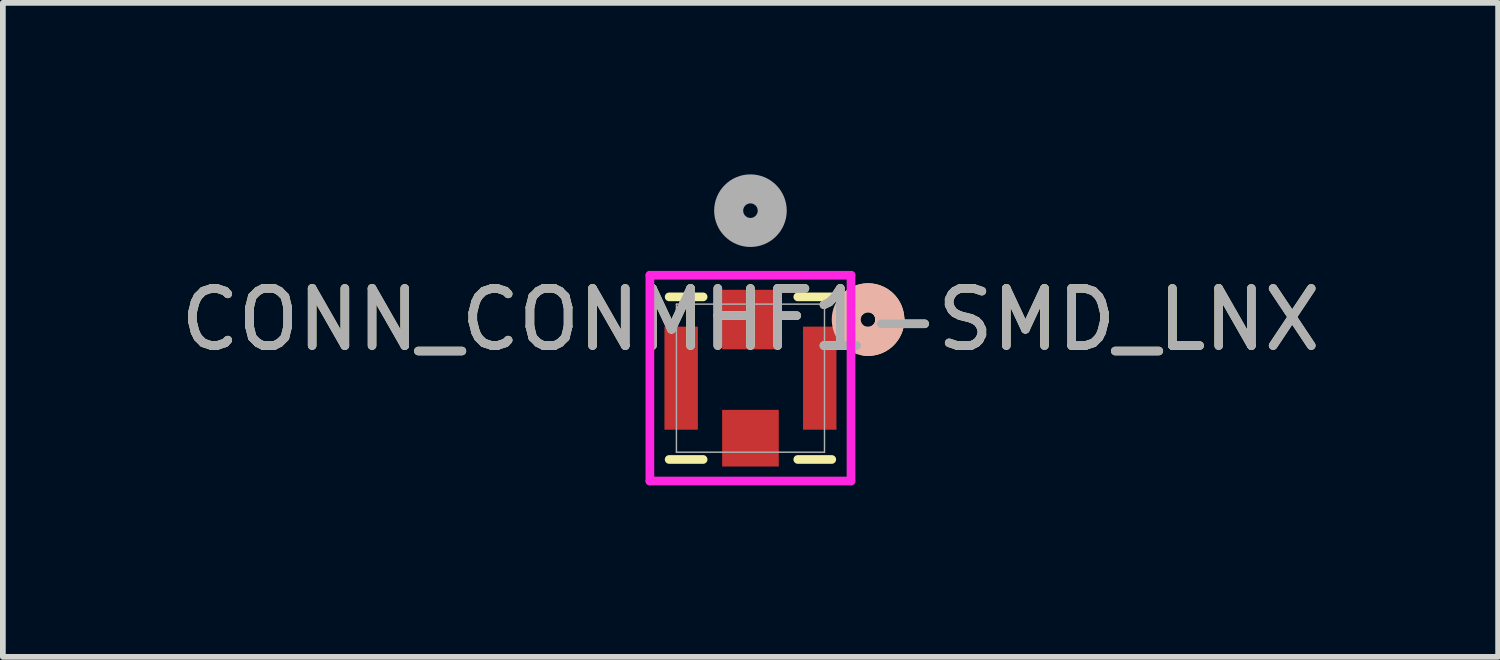
<source format=kicad_pcb>
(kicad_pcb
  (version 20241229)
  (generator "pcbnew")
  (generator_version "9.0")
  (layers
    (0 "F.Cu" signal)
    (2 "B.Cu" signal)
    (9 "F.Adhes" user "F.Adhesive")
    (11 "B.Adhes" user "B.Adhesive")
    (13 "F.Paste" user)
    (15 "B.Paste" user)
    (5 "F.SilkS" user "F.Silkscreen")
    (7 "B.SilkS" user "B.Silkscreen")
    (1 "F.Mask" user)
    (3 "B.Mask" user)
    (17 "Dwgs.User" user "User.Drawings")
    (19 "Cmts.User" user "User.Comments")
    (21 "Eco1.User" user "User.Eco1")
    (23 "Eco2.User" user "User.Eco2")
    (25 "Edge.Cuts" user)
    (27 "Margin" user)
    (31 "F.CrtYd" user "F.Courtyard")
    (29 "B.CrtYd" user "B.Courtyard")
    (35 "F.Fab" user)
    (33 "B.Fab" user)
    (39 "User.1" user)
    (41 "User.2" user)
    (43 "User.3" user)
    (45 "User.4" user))
  (footprint "CONN_CONMHF1-SMD_LNX"
    (layer "F.Cu")
    (at 10.077 3.565)
    (property "Reference" "CONN_CONMHF1-SMD_LNX" (at 0 -1.025 0) (unlocked yes) (layer "F.SilkS") (effects (font (size 1 1) (thickness 0.15))))
    (attr smd)
    (fp_line (start -1.422 1.422) (end -0.828 1.422) (stroke (width 0.152) (type solid)) (layer "F.SilkS"))
    (fp_line (start -0.828 -1.422) (end -1.422 -1.422) (stroke (width 0.152) (type solid)) (layer "F.SilkS"))
    (fp_line (start 0.828 1.422) (end 1.422 1.422) (stroke (width 0.152) (type solid)) (layer "F.SilkS"))
    (fp_line (start 1.422 -1.422) (end 0.828 -1.422) (stroke (width 0.152) (type solid)) (layer "F.SilkS"))
    (fp_arc (start 1.80762 -1.312589) (mid 2.215506 -1.371536) (end 2.4384 -1.02489) (stroke (width 0.508) (type solid)) (layer "F.SilkS"))
    (fp_arc (start 2.4384 -1.02489) (mid 2.311427 -0.740934) (end 2.01514 -0.646241) (stroke (width 0.508) (type solid)) (layer "F.SilkS"))
    (fp_circle (center 2.057 -1.025) (end 2.438 -1.025) (stroke (width 0.508) (type solid)) (fill no) (layer "B.SilkS"))
    (fp_line (start -1.759 -1.8) (end -1.759 1.799) (stroke (width 0.152) (type solid)) (layer "F.CrtYd"))
    (fp_line (start -1.759 1.799) (end 1.759 1.799) (stroke (width 0.152) (type solid)) (layer "F.CrtYd"))
    (fp_line (start 1.759 -1.8) (end -1.759 -1.8) (stroke (width 0.152) (type solid)) (layer "F.CrtYd"))
    (fp_line (start 1.759 1.799) (end 1.759 -1.8) (stroke (width 0.152) (type solid)) (layer "F.CrtYd"))
    (fp_line (start -1.295 -1.295) (end -1.295 1.295) (stroke (width 0.025) (type solid)) (layer "F.Fab"))
    (fp_line (start -1.295 1.295) (end 1.295 1.295) (stroke (width 0.025) (type solid)) (layer "F.Fab"))
    (fp_line (start 1.295 -1.295) (end -1.295 -1.295) (stroke (width 0.025) (type solid)) (layer "F.Fab"))
    (fp_line (start 1.295 1.295) (end 1.295 -1.295) (stroke (width 0.025) (type solid)) (layer "F.Fab"))
    (fp_circle (center 0 -2.93) (end 0.381 -2.93) (stroke (width 0.508) (type solid)) (fill no) (layer "F.Fab"))
    (fp_text user "${REFERENCE}" (at 0 -1.025 0) (unlocked yes) (layer "F.Fab") (effects (font (size 1 1) (thickness 0.15))))
    (pad "1" smd rect (at 0 -1.025) (size 0.991 1.041) (layers "F.Cu" "F.Mask" "F.Paste"))
    (pad "2" smd rect (at -1.212 0) (size 0.584 1.803) (layers "F.Cu" "F.Mask" "F.Paste"))
    (pad "2" smd rect (at 0 1.05) (size 0.991 0.991) (layers "F.Cu" "F.Mask" "F.Paste"))
    (pad "2" smd rect (at 1.212 0) (size 0.584 1.803) (layers "F.Cu" "F.Mask" "F.Paste")))
  (gr_rect
    (start -3 -3)
    (end 23.155 8.44)
    (stroke (width 0.1) (type default))
    (fill no)
    (layer "Edge.Cuts")))
</source>
